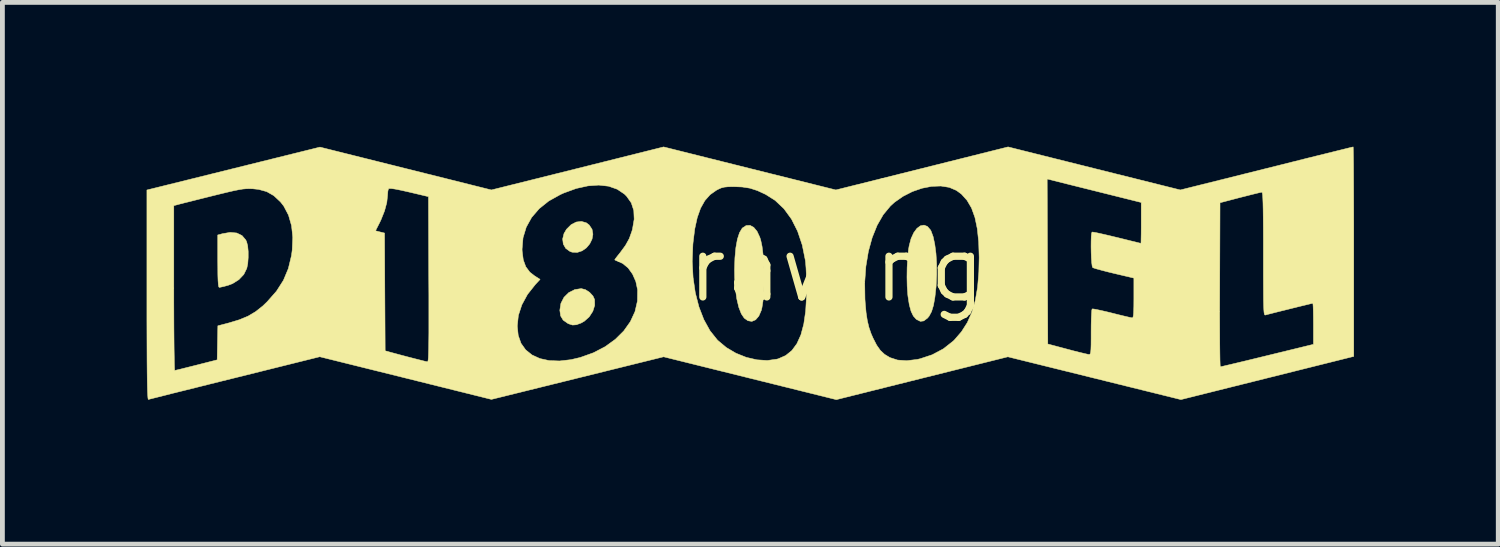
<source format=kicad_pcb>
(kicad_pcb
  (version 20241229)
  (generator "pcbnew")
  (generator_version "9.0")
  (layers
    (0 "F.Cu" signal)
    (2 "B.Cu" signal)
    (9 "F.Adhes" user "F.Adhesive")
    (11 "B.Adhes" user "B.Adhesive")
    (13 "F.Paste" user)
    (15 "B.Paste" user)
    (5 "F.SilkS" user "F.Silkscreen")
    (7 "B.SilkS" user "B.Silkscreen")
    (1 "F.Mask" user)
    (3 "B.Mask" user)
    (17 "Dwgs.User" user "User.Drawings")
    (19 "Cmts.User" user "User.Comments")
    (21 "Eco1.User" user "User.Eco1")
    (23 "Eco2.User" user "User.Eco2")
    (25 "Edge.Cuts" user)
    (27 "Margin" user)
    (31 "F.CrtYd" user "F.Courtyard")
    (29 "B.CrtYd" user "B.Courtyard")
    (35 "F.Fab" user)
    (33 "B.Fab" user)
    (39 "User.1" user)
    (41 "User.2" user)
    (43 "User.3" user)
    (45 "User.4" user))
  (footprint "drawing"
    (layer "F.Cu")
    (at 13.772 2.545)
    (property "Reference" "drawing" (at 0 0 0) (layer "F.SilkS") (effects (font (size 1.27 1.27) (thickness 0.15))))
    (attr through_hole)
    (fp_poly (pts (xy -4.63 -0.962) (xy -4.57 -0.916) (xy -4.511 -0.827) (xy -4.493 -0.726) (xy -4.511 -0.623) (xy -4.558 -0.526) (xy -4.629 -0.441) (xy -4.718 -0.379) (xy -4.818 -0.346) (xy -4.925 -0.351) (xy -4.97 -0.367) (xy -5.058 -0.43) (xy -5.109 -0.52) (xy -5.122 -0.626) (xy -5.094 -0.739) (xy -5.042 -0.828) (xy -4.946 -0.923) (xy -4.84 -0.978) (xy -4.732 -0.991) (xy -4.63 -0.962)) (stroke (width 0.01) (type solid)) (fill yes) (layer "F.SilkS"))
    (fp_poly (pts (xy -4.649 0.428) (xy -4.562 0.484) (xy -4.492 0.56) (xy -4.458 0.634) (xy -4.456 0.755) (xy -4.495 0.878) (xy -4.569 0.992) (xy -4.67 1.083) (xy -4.736 1.121) (xy -4.836 1.158) (xy -4.916 1.164) (xy -4.995 1.139) (xy -5.016 1.129) (xy -5.112 1.061) (xy -5.164 0.974) (xy -5.181 0.856) (xy -5.158 0.712) (xy -5.094 0.587) (xy -4.996 0.49) (xy -4.871 0.427) (xy -4.736 0.406) (xy -4.649 0.428)) (stroke (width 0.01) (type solid)) (fill yes) (layer "F.SilkS"))
    (fp_poly (pts (xy -11.899 -0.75) (xy -11.79 -0.697) (xy -11.712 -0.606) (xy -11.694 -0.568) (xy -11.672 -0.483) (xy -11.661 -0.367) (xy -11.661 -0.238) (xy -11.67 -0.114) (xy -11.69 -0.016) (xy -11.752 0.111) (xy -11.855 0.22) (xy -11.987 0.303) (xy -12.08 0.338) (xy -12.165 0.361) (xy -12.233 0.376) (xy -12.264 0.381) (xy -12.274 0.366) (xy -12.282 0.32) (xy -12.288 0.238) (xy -12.292 0.115) (xy -12.293 -0.051) (xy -12.294 -0.164) (xy -12.294 -0.709) (xy -12.198 -0.735) (xy -12.036 -0.763) (xy -11.899 -0.75)) (stroke (width 0.01) (type solid)) (fill yes) (layer "F.SilkS"))
    (fp_poly (pts (xy -1.149 -0.868) (xy -1.08 -0.785) (xy -1.023 -0.663) (xy -1.004 -0.605) (xy -0.976 -0.473) (xy -0.955 -0.305) (xy -0.941 -0.114) (xy -0.934 0.09) (xy -0.934 0.295) (xy -0.941 0.49) (xy -0.956 0.663) (xy -0.978 0.803) (xy -0.991 0.858) (xy -1.043 0.977) (xy -1.11 1.055) (xy -1.188 1.088) (xy -1.27 1.074) (xy -1.346 1.02) (xy -1.407 0.93) (xy -1.459 0.796) (xy -1.5 0.624) (xy -1.529 0.42) (xy -1.545 0.188) (xy -1.548 0.013) (xy -1.54 -0.233) (xy -1.52 -0.446) (xy -1.488 -0.622) (xy -1.444 -0.757) (xy -1.391 -0.846) (xy -1.384 -0.854) (xy -1.306 -0.905) (xy -1.226 -0.909) (xy -1.149 -0.868)) (stroke (width 0.01) (type solid)) (fill yes) (layer "F.SilkS"))
    (fp_poly (pts (xy 2.462 -0.887) (xy 2.525 -0.815) (xy 2.538 -0.792) (xy 2.582 -0.673) (xy 2.616 -0.514) (xy 2.641 -0.323) (xy 2.654 -0.109) (xy 2.655 0.119) (xy 2.644 0.351) (xy 2.643 0.368) (xy 2.619 0.584) (xy 2.589 0.754) (xy 2.549 0.884) (xy 2.498 0.979) (xy 2.464 1.02) (xy 2.387 1.078) (xy 2.316 1.087) (xy 2.239 1.049) (xy 2.229 1.042) (xy 2.17 0.976) (xy 2.123 0.878) (xy 2.086 0.742) (xy 2.058 0.563) (xy 2.054 0.526) (xy 2.042 0.36) (xy 2.038 0.168) (xy 2.041 -0.034) (xy 2.052 -0.228) (xy 2.069 -0.399) (xy 2.083 -0.483) (xy 2.123 -0.634) (xy 2.179 -0.756) (xy 2.245 -0.846) (xy 2.318 -0.9) (xy 2.392 -0.914) (xy 2.462 -0.887)) (stroke (width 0.01) (type solid)) (fill yes) (layer "F.SilkS"))
    (fp_poly (pts (xy 5.931 -2.092) (xy 7.722 -1.645) (xy 9.512 -2.092) (xy 9.805 -2.165) (xy 10.083 -2.235) (xy 10.342 -2.3) (xy 10.58 -2.359) (xy 10.791 -2.411) (xy 10.972 -2.456) (xy 11.118 -2.492) (xy 11.227 -2.519) (xy 11.294 -2.535) (xy 11.316 -2.54) (xy 11.317 -2.515) (xy 11.319 -2.443) (xy 11.321 -2.328) (xy 11.323 -2.173) (xy 11.324 -1.982) (xy 11.325 -1.758) (xy 11.326 -1.505) (xy 11.327 -1.228) (xy 11.328 -0.929) (xy 11.328 -0.612) (xy 11.328 -0.362) (xy 11.328 1.816) (xy 9.531 2.265) (xy 7.734 2.714) (xy 5.935 2.269) (xy 4.136 1.824) (xy 2.353 2.269) (xy 0.569 2.715) (xy -3.023 1.824) (xy -4.813 2.267) (xy -6.603 2.71) (xy -8.388 2.266) (xy -10.173 1.823) (xy -11.938 2.262) (xy -12.229 2.334) (xy -12.506 2.403) (xy -12.765 2.468) (xy -13.002 2.527) (xy -13.213 2.579) (xy -13.393 2.625) (xy -13.54 2.662) (xy -13.648 2.689) (xy -13.715 2.706) (xy -13.735 2.712) (xy -13.741 2.705) (xy -13.746 2.677) (xy -13.75 2.626) (xy -13.754 2.549) (xy -13.757 2.444) (xy -13.76 2.307) (xy -13.762 2.137) (xy -13.764 1.93) (xy -13.765 1.684) (xy -13.766 1.396) (xy -13.767 1.063) (xy -13.767 0.683) (xy -13.767 0.54) (xy -13.767 -1.319) (xy -13.208 -1.319) (xy -13.208 0.395) (xy -13.208 0.685) (xy -13.207 0.959) (xy -13.206 1.214) (xy -13.204 1.445) (xy -13.202 1.649) (xy -13.199 1.82) (xy -13.197 1.955) (xy -13.194 2.05) (xy -13.191 2.101) (xy -13.189 2.108) (xy -13.159 2.102) (xy -13.089 2.086) (xy -12.986 2.06) (xy -12.858 2.028) (xy -12.738 1.998) (xy -12.306 1.888) (xy -12.299 1.534) (xy -12.292 1.18) (xy -12.063 1.12) (xy -11.845 1.054) (xy -11.664 0.979) (xy -11.506 0.885) (xy -11.356 0.766) (xy -11.265 0.678) (xy -11.073 0.46) (xy -10.928 0.233) (xy -10.826 -0.011) (xy -10.761 -0.28) (xy -10.746 -0.393) (xy -10.734 -0.659) (xy -10.748 -0.796) (xy -9.014 -0.796) (xy -8.92 -0.772) (xy -8.826 -0.749) (xy -8.82 0.475) (xy -8.813 1.7) (xy -8.706 1.729) (xy -8.517 1.78) (xy -8.344 1.826) (xy -8.193 1.865) (xy -8.07 1.896) (xy -7.982 1.918) (xy -7.935 1.928) (xy -7.931 1.928) (xy -7.925 1.92) (xy -7.919 1.89) (xy -7.914 1.837) (xy -7.911 1.757) (xy -7.908 1.647) (xy -7.906 1.505) (xy -7.904 1.327) (xy -7.904 1.185) (xy -6.066 1.185) (xy -6.046 1.379) (xy -5.988 1.544) (xy -5.891 1.68) (xy -5.759 1.786) (xy -5.595 1.861) (xy -5.403 1.903) (xy -5.187 1.911) (xy -4.95 1.884) (xy -4.755 1.838) (xy -4.481 1.74) (xy -4.237 1.613) (xy -4.026 1.46) (xy -3.851 1.286) (xy -3.714 1.093) (xy -3.618 0.885) (xy -3.567 0.665) (xy -3.564 0.438) (xy -3.565 0.426) (xy -3.601 0.257) (xy -3.669 0.104) (xy -3.761 -0.024) (xy -3.873 -0.116) (xy -3.953 -0.153) (xy -3.975 -0.162) (xy -2.428 -0.162) (xy -2.41 0.175) (xy -2.364 0.493) (xy -2.288 0.787) (xy -2.186 1.051) (xy -2.059 1.281) (xy -1.907 1.472) (xy -1.894 1.485) (xy -1.718 1.632) (xy -1.518 1.75) (xy -1.303 1.836) (xy -1.083 1.887) (xy -0.867 1.901) (xy -0.666 1.873) (xy -0.637 1.865) (xy -0.485 1.798) (xy -0.356 1.694) (xy -0.251 1.551) (xy -0.168 1.368) (xy -0.108 1.143) (xy -0.069 0.875) (xy -0.051 0.563) (xy -0.049 0.445) (xy -0.05 0.284) (xy -0.05 0.278) (xy 1.159 0.278) (xy 1.164 0.625) (xy 1.17 0.711) (xy 1.188 0.909) (xy 1.213 1.071) (xy 1.246 1.21) (xy 1.291 1.341) (xy 1.332 1.435) (xy 1.408 1.583) (xy 1.485 1.692) (xy 1.573 1.774) (xy 1.681 1.839) (xy 1.682 1.84) (xy 1.842 1.892) (xy 2.032 1.905) (xy 2.25 1.879) (xy 2.311 1.865) (xy 2.562 1.782) (xy 2.795 1.658) (xy 2.998 1.498) (xy 3.023 1.474) (xy 3.171 1.303) (xy 3.292 1.113) (xy 3.387 0.899) (xy 3.458 0.655) (xy 3.506 0.378) (xy 3.532 0.062) (xy 3.539 -0.241) (xy 3.529 -0.562) (xy 3.5 -0.838) (xy 3.451 -1.073) (xy 3.38 -1.27) (xy 3.286 -1.43) (xy 3.17 -1.559) (xy 3.065 -1.636) (xy 2.917 -1.699) (xy 2.743 -1.727) (xy 2.551 -1.72) (xy 2.351 -1.681) (xy 2.151 -1.612) (xy 1.958 -1.514) (xy 1.78 -1.39) (xy 1.693 -1.311) (xy 1.544 -1.131) (xy 1.417 -0.91) (xy 1.314 -0.654) (xy 1.235 -0.367) (xy 1.183 -0.054) (xy 1.159 0.278) (xy -0.05 0.278) (xy -0.055 0.125) (xy -0.061 -0.018) (xy -0.07 -0.132) (xy -0.075 -0.178) (xy -0.14 -0.5) (xy -0.237 -0.788) (xy -0.364 -1.04) (xy -0.52 -1.254) (xy -0.704 -1.428) (xy -0.902 -1.553) (xy -1.073 -1.632) (xy -1.228 -1.682) (xy -1.388 -1.707) (xy -1.562 -1.714) (xy -1.678 -1.712) (xy -1.76 -1.704) (xy -1.826 -1.687) (xy -1.892 -1.657) (xy -1.924 -1.64) (xy -2.056 -1.547) (xy -2.165 -1.424) (xy -2.254 -1.266) (xy -2.323 -1.072) (xy -2.375 -0.836) (xy -2.41 -0.555) (xy -2.414 -0.512) (xy -2.428 -0.162) (xy -3.975 -0.162) (xy -4.009 -0.175) (xy -4.038 -0.191) (xy -4.039 -0.193) (xy -4.024 -0.217) (xy -3.985 -0.268) (xy -3.929 -0.338) (xy -3.924 -0.344) (xy -3.815 -0.493) (xy -3.737 -0.634) (xy -3.682 -0.788) (xy -3.67 -0.83) (xy -3.635 -1.036) (xy -3.643 -1.218) (xy -3.695 -1.377) (xy -3.792 -1.514) (xy -3.837 -1.559) (xy -3.987 -1.66) (xy -4.166 -1.723) (xy -4.371 -1.746) (xy -4.596 -1.73) (xy -4.84 -1.676) (xy -5.098 -1.582) (xy -5.169 -1.55) (xy -5.41 -1.416) (xy -5.61 -1.256) (xy -5.767 -1.074) (xy -5.879 -0.872) (xy -5.946 -0.651) (xy -5.966 -0.413) (xy -5.964 -0.37) (xy -5.941 -0.191) (xy -5.889 -0.049) (xy -5.805 0.064) (xy -5.705 0.142) (xy -5.591 0.214) (xy -5.691 0.322) (xy -5.854 0.528) (xy -5.971 0.744) (xy -6.043 0.964) (xy -6.066 1.185) (xy -7.904 1.185) (xy -7.904 1.11) (xy -7.904 0.851) (xy -7.904 0.547) (xy -7.906 0.212) (xy -7.912 -1.506) (xy -8.318 -1.602) (xy -8.483 -1.639) (xy -8.603 -1.663) (xy -8.684 -1.675) (xy -8.73 -1.675) (xy -8.743 -1.668) (xy -8.756 -1.625) (xy -8.762 -1.555) (xy -8.763 -1.536) (xy -8.779 -1.384) (xy -8.826 -1.209) (xy -8.899 -1.026) (xy -8.926 -0.969) (xy -9.014 -0.796) (xy -10.748 -0.796) (xy -10.76 -0.904) (xy -10.823 -1.122) (xy -10.921 -1.309) (xy -10.99 -1.397) (xy -11.128 -1.526) (xy -11.275 -1.61) (xy -11.445 -1.657) (xy -11.57 -1.67) (xy -11.638 -1.672) (xy -11.703 -1.67) (xy -11.774 -1.664) (xy -11.858 -1.65) (xy -11.962 -1.629) (xy -12.096 -1.598) (xy -12.265 -1.557) (xy -12.395 -1.525) (xy -12.571 -1.481) (xy -12.735 -1.44) (xy -12.88 -1.403) (xy -12.998 -1.374) (xy -13.08 -1.353) (xy -13.113 -1.344) (xy -13.208 -1.319) (xy -13.767 -1.319) (xy -13.767 -1.644) (xy -11.968 -2.09) (xy -10.169 -2.536) (xy -6.604 -1.645) (xy -4.813 -2.092) (xy -3.023 -2.54) (xy -1.232 -2.092) (xy 0.559 -1.645) (xy 1.473 -1.873) (xy 4.953 -1.873) (xy 4.959 -0.158) (xy 4.966 1.558) (xy 5.372 1.666) (xy 5.511 1.703) (xy 5.635 1.734) (xy 5.735 1.758) (xy 5.802 1.773) (xy 5.823 1.776) (xy 5.839 1.773) (xy 5.85 1.758) (xy 5.858 1.725) (xy 5.863 1.666) (xy 5.866 1.575) (xy 5.867 1.446) (xy 5.867 1.31) (xy 5.868 1.161) (xy 5.871 1.03) (xy 5.876 0.925) (xy 5.881 0.856) (xy 5.888 0.829) (xy 5.918 0.83) (xy 5.989 0.843) (xy 6.091 0.865) (xy 6.216 0.894) (xy 6.301 0.915) (xy 6.436 0.949) (xy 6.556 0.978) (xy 6.65 1) (xy 6.709 1.013) (xy 6.725 1.015) (xy 6.737 1.003) (xy 6.746 0.962) (xy 6.752 0.889) (xy 8.539 0.889) (xy 8.54 1.144) (xy 8.541 1.374) (xy 8.542 1.577) (xy 8.544 1.748) (xy 8.546 1.882) (xy 8.549 1.976) (xy 8.552 2.026) (xy 8.553 2.033) (xy 8.581 2.027) (xy 8.653 2.01) (xy 8.764 1.984) (xy 8.907 1.95) (xy 9.079 1.909) (xy 9.272 1.862) (xy 9.482 1.811) (xy 9.531 1.799) (xy 10.49 1.565) (xy 10.49 1.138) (xy 10.489 0.997) (xy 10.487 0.876) (xy 10.484 0.783) (xy 10.48 0.725) (xy 10.476 0.711) (xy 10.449 0.717) (xy 10.382 0.733) (xy 10.283 0.757) (xy 10.163 0.786) (xy 10.031 0.819) (xy 9.895 0.853) (xy 9.765 0.885) (xy 9.651 0.914) (xy 9.56 0.937) (xy 9.504 0.952) (xy 9.493 0.955) (xy 9.483 0.956) (xy 9.475 0.949) (xy 9.468 0.93) (xy 9.462 0.895) (xy 9.458 0.84) (xy 9.455 0.761) (xy 9.452 0.654) (xy 9.451 0.514) (xy 9.45 0.339) (xy 9.449 0.123) (xy 9.449 -0.137) (xy 9.449 -0.316) (xy 9.449 -0.616) (xy 9.448 -0.868) (xy 9.446 -1.077) (xy 9.444 -1.245) (xy 9.441 -1.376) (xy 9.437 -1.474) (xy 9.433 -1.541) (xy 9.427 -1.581) (xy 9.42 -1.598) (xy 9.417 -1.599) (xy 9.383 -1.593) (xy 9.309 -1.575) (xy 9.203 -1.549) (xy 9.074 -1.516) (xy 8.966 -1.489) (xy 8.547 -1.379) (xy 8.541 0.326) (xy 8.54 0.616) (xy 8.539 0.889) (xy 6.752 0.889) (xy 6.752 0.886) (xy 6.755 0.771) (xy 6.756 0.61) (xy 6.756 0.601) (xy 6.756 0.187) (xy 6.344 0.09) (xy 6.204 0.056) (xy 6.081 0.024) (xy 5.982 -0.003) (xy 5.919 -0.023) (xy 5.899 -0.032) (xy 5.888 -0.065) (xy 5.879 -0.136) (xy 5.872 -0.234) (xy 5.868 -0.349) (xy 5.866 -0.469) (xy 5.867 -0.582) (xy 5.87 -0.677) (xy 5.877 -0.744) (xy 5.886 -0.77) (xy 5.916 -0.767) (xy 5.987 -0.754) (xy 6.091 -0.731) (xy 6.222 -0.701) (xy 6.371 -0.665) (xy 6.401 -0.658) (xy 6.552 -0.621) (xy 6.684 -0.588) (xy 6.792 -0.562) (xy 6.867 -0.543) (xy 6.901 -0.535) (xy 6.902 -0.535) (xy 6.905 -0.558) (xy 6.906 -0.624) (xy 6.908 -0.725) (xy 6.909 -0.851) (xy 6.909 -0.959) (xy 6.909 -1.385) (xy 5.931 -1.629) (xy 4.953 -1.873) (xy 1.473 -1.873) (xy 2.349 -2.092) (xy 4.14 -2.54) (xy 5.931 -2.092)) (stroke (width 0.01) (type solid)) (fill yes) (layer "F.SilkS")))
  (gr_rect
    (start -3 -3)
    (end 28.105 8.265)
    (stroke (width 0.1) (type default))
    (fill no)
    (layer "Edge.Cuts")))
</source>
